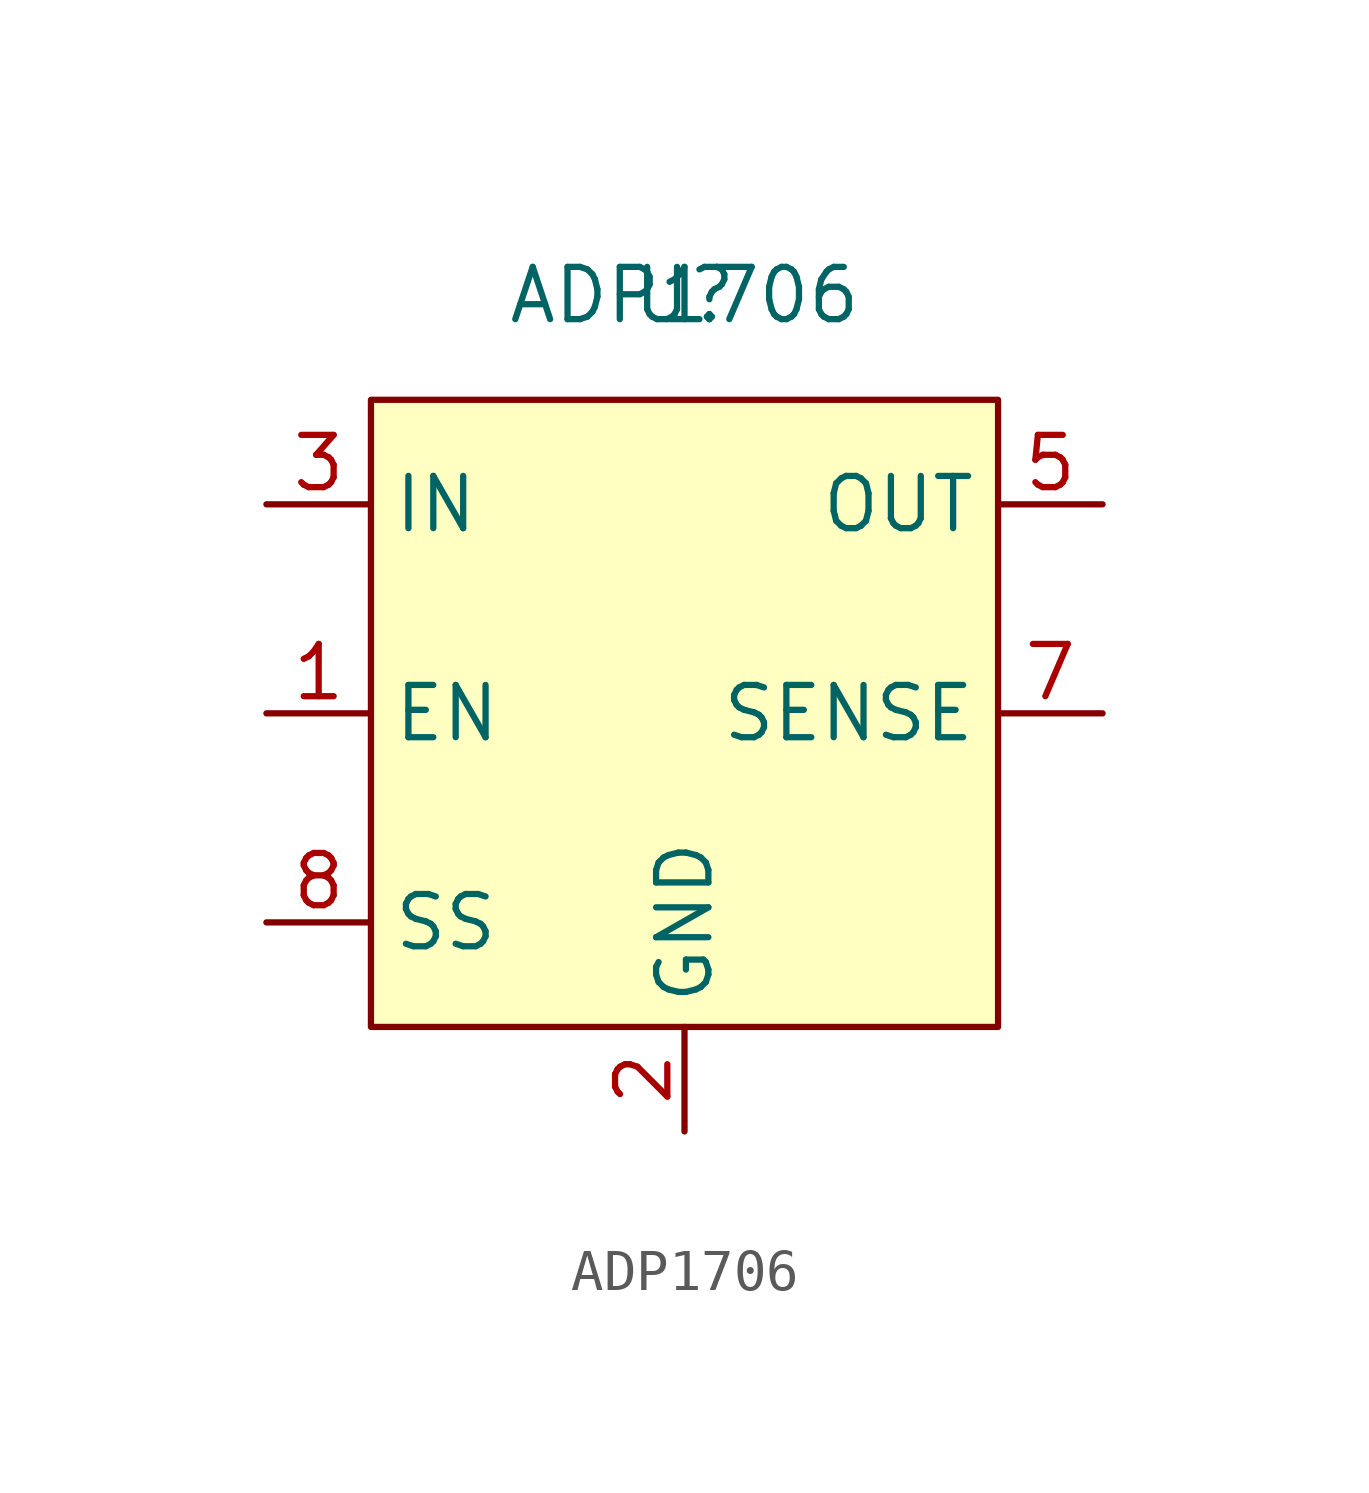
<source format=kicad_sym>
(kicad_symbol_lib
  (version 20211014)
  (generator kicad_symbol_editor)
  (symbol "ADP1706"
    (property "Reference" "U"
      (at 2.54 7.62 0)
      (effects (font (size 1.27 1.27))))
    (property "Value" "ADP1706"
      (at 2.54 7.62 0)
      (effects (font (size 1.27 1.27))))
    (symbol "ADP1706_0_1"
      (rectangle (start -5.08 5.08) (end 10.16 -10.16) (stroke (width 0) (type default) (color 0 0 0 0)) (fill (type background))))
    (symbol "ADP1706_1_1"
      (pin input line (at -7.62 -2.54 0) (length 2.54) (name "EN" (effects (font (size 1.27 1.27)))) (number "1" (effects (font (size 1.27 1.27)))))
      (pin power_in line (at 2.54 -12.7 90) (length 2.54) (name "GND" (effects (font (size 1.27 1.27)))) (number "2" (effects (font (size 1.27 1.27)))))
      (pin power_in line (at -7.62 2.54 0) (length 2.54) (name "IN" (effects (font (size 1.27 1.27)))) (number "3" (effects (font (size 1.27 1.27)))))
      (pin power_in line (at -7.62 2.54 0) (length 2.54) hide (name "IN" (effects (font (size 1.27 1.27)))) (number "4" (effects (font (size 1.27 1.27)))))
      (pin power_out line (at 12.7 2.54 180) (length 2.54) (name "OUT" (effects (font (size 1.27 1.27)))) (number "5" (effects (font (size 1.27 1.27)))))
      (pin output line (at 12.7 2.54 180) (length 2.54) hide (name "OUT" (effects (font (size 1.27 1.27)))) (number "6" (effects (font (size 1.27 1.27)))))
      (pin input line (at 12.7 -2.54 180) (length 2.54) (name "SENSE" (effects (font (size 1.27 1.27)))) (number "7" (effects (font (size 1.27 1.27)))))
      (pin input line (at -7.62 -7.62 0) (length 2.54) (name "SS" (effects (font (size 1.27 1.27)))) (number "8" (effects (font (size 1.27 1.27)))))
      (pin power_in line (at 2.54 -12.7 90) (length 2.54) hide (name "EP" (effects (font (size 1.27 1.27)))) (number "9" (effects (font (size 1.27 1.27))))))))
</source>
